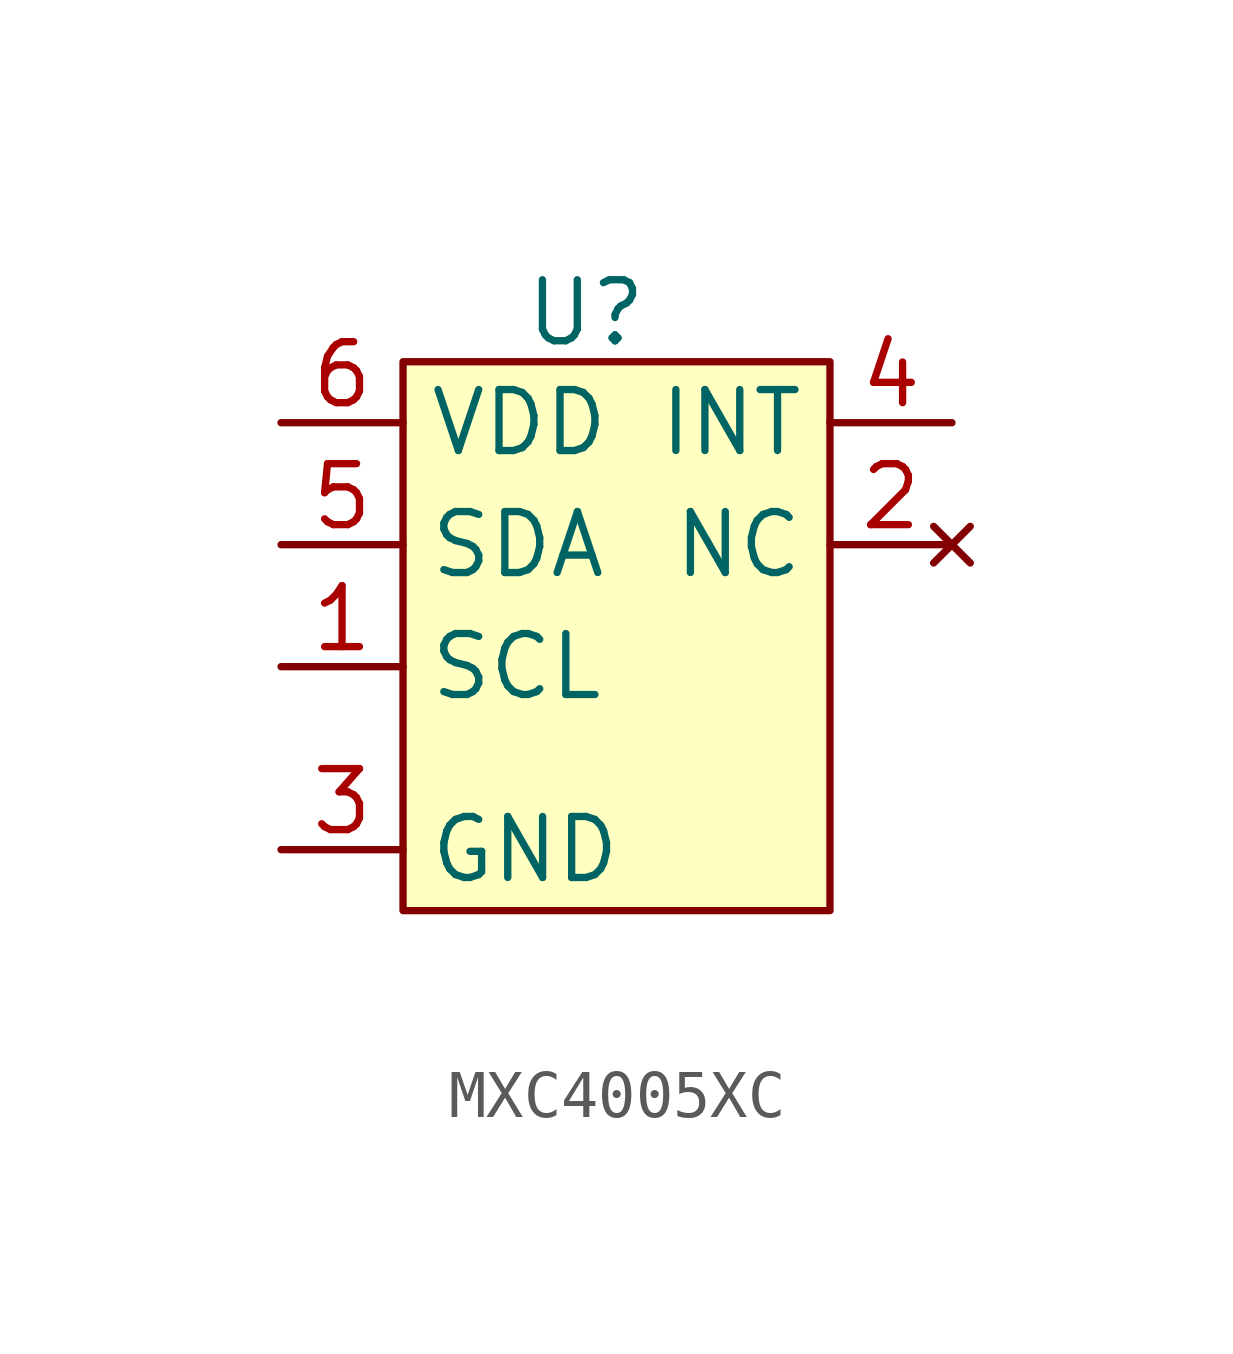
<source format=kicad_sym>
(kicad_symbol_lib
  (version 20231120)
  (generator "kicad_symbol_editor")
  (generator_version "8.0")
  (symbol "MXC4005XC"
    (property "Reference" "U"
      (at 0 6.096 0)
      (effects (font (size 1.27 1.27))))
    (property "Value" ""
      (at 0 -7.62 0)
      (effects (font (size 1.27 1.27))))
    (symbol "MXC4005XC_1_1"
      (rectangle (start -3.81 5.08) (end 5.08 -6.35) (stroke (width 0) (type default)) (fill (type background)))
      (pin open_collector line (at -6.35 -1.27 0) (length 2.54) (name "SCL" (effects (font (size 1.27 1.27)))) (number "1" (effects (font (size 1.27 1.27)))))
      (pin no_connect line (at 7.62 1.27 180) (length 2.54) (name "NC" (effects (font (size 1.27 1.27)))) (number "2" (effects (font (size 1.27 1.27)))))
      (pin power_in line (at -6.35 -5.08 0) (length 2.54) (name "GND" (effects (font (size 1.27 1.27)))) (number "3" (effects (font (size 1.27 1.27)))))
      (pin open_collector line (at 7.62 3.81 180) (length 2.54) (name "INT" (effects (font (size 1.27 1.27)))) (number "4" (effects (font (size 1.27 1.27)))))
      (pin open_collector line (at -6.35 1.27 0) (length 2.54) (name "SDA" (effects (font (size 1.27 1.27)))) (number "5" (effects (font (size 1.27 1.27)))))
      (pin power_in line (at -6.35 3.81 0) (length 2.54) (name "VDD" (effects (font (size 1.27 1.27)))) (number "6" (effects (font (size 1.27 1.27))))))))
</source>
